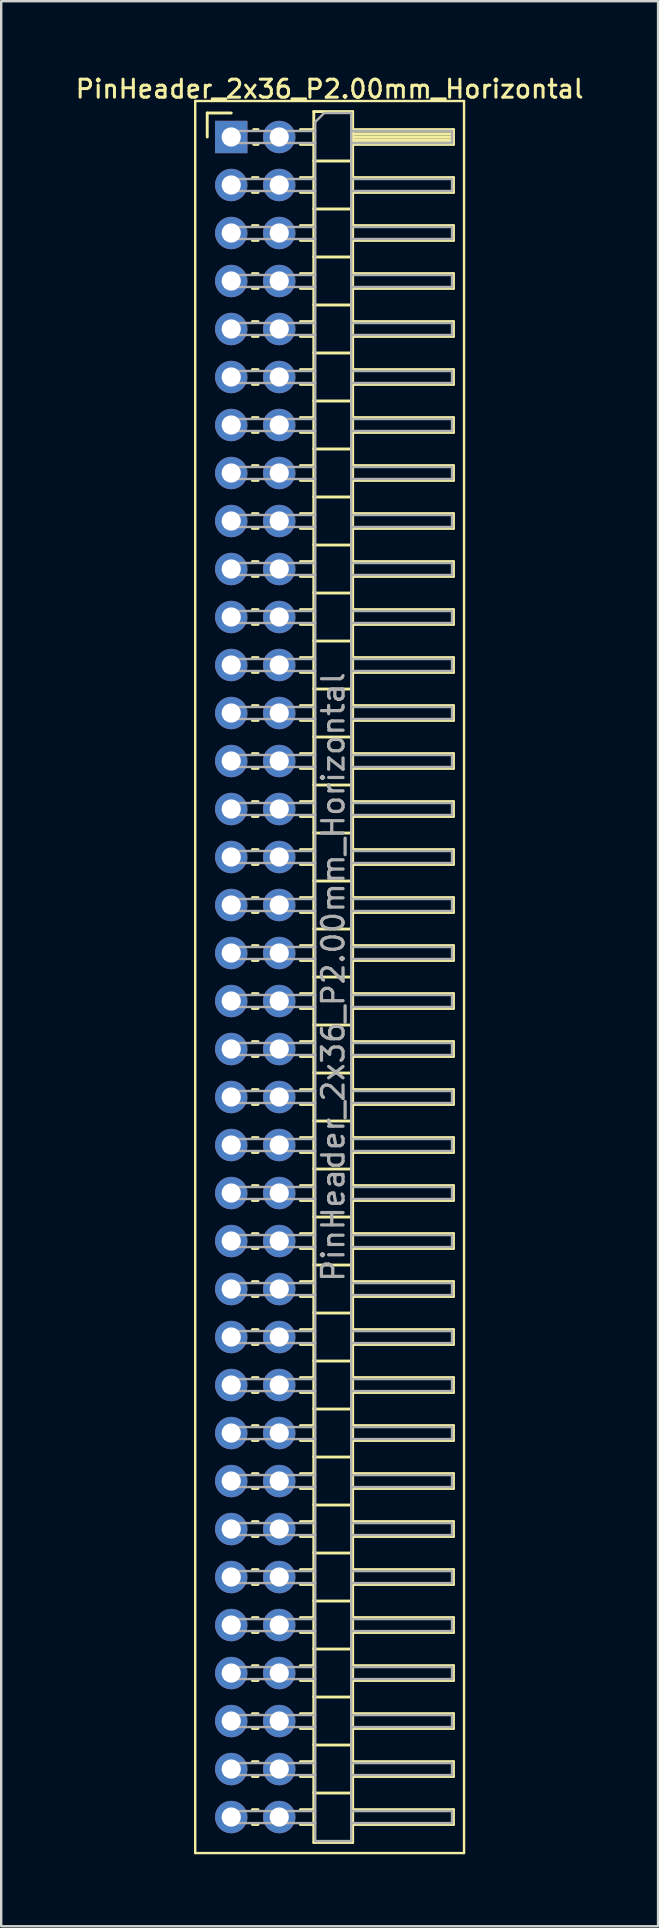
<source format=kicad_pcb>
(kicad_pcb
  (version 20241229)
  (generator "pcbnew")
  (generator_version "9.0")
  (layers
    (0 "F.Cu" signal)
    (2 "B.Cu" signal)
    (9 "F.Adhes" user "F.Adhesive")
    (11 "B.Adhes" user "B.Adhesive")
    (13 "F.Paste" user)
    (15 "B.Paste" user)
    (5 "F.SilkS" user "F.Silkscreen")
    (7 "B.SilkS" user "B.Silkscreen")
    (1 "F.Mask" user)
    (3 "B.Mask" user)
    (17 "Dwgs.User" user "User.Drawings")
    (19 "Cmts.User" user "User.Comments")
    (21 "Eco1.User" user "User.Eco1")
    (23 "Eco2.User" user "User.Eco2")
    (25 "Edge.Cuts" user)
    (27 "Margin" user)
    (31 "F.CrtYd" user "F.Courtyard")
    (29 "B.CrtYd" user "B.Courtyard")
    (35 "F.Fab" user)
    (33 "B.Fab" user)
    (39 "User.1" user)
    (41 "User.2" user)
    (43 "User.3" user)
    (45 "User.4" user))
  (footprint "PinHeader_2x36_P2.00mm_Horizontal"
    (layer "F.Cu")
    (at 6.584 2.658)
    (property "Reference" "PinHeader_2x36_P2.00mm_Horizontal" (at 4.1 -2 0) (layer "F.SilkS") (effects (font (size 0.75 0.75) (thickness 0.125))))
    (attr through_hole)
    (fp_line (start -1.5 -1.5) (end -1.5 71.5) (stroke (width 0.1) (type solid)) (layer "F.SilkS"))
    (fp_line (start -1.5 71.5) (end 9.7 71.5) (stroke (width 0.1) (type solid)) (layer "F.SilkS"))
    (fp_line (start -1 -1) (end 0 -1) (stroke (width 0.12) (type solid)) (layer "F.SilkS"))
    (fp_line (start -1 0) (end -1 -1) (stroke (width 0.12) (type solid)) (layer "F.SilkS"))
    (fp_line (start 0.882 1.69) (end 1.118 1.69) (stroke (width 0.12) (type solid)) (layer "F.SilkS"))
    (fp_line (start 0.882 2.31) (end 1.118 2.31) (stroke (width 0.12) (type solid)) (layer "F.SilkS"))
    (fp_line (start 0.882 3.69) (end 1.118 3.69) (stroke (width 0.12) (type solid)) (layer "F.SilkS"))
    (fp_line (start 0.882 4.31) (end 1.118 4.31) (stroke (width 0.12) (type solid)) (layer "F.SilkS"))
    (fp_line (start 0.882 5.69) (end 1.118 5.69) (stroke (width 0.12) (type solid)) (layer "F.SilkS"))
    (fp_line (start 0.882 6.31) (end 1.118 6.31) (stroke (width 0.12) (type solid)) (layer "F.SilkS"))
    (fp_line (start 0.882 7.69) (end 1.118 7.69) (stroke (width 0.12) (type solid)) (layer "F.SilkS"))
    (fp_line (start 0.882 8.31) (end 1.118 8.31) (stroke (width 0.12) (type solid)) (layer "F.SilkS"))
    (fp_line (start 0.882 9.69) (end 1.118 9.69) (stroke (width 0.12) (type solid)) (layer "F.SilkS"))
    (fp_line (start 0.882 10.31) (end 1.118 10.31) (stroke (width 0.12) (type solid)) (layer "F.SilkS"))
    (fp_line (start 0.882 11.69) (end 1.118 11.69) (stroke (width 0.12) (type solid)) (layer "F.SilkS"))
    (fp_line (start 0.882 12.31) (end 1.118 12.31) (stroke (width 0.12) (type solid)) (layer "F.SilkS"))
    (fp_line (start 0.882 13.69) (end 1.118 13.69) (stroke (width 0.12) (type solid)) (layer "F.SilkS"))
    (fp_line (start 0.882 14.31) (end 1.118 14.31) (stroke (width 0.12) (type solid)) (layer "F.SilkS"))
    (fp_line (start 0.882 15.69) (end 1.118 15.69) (stroke (width 0.12) (type solid)) (layer "F.SilkS"))
    (fp_line (start 0.882 16.31) (end 1.118 16.31) (stroke (width 0.12) (type solid)) (layer "F.SilkS"))
    (fp_line (start 0.882 17.69) (end 1.118 17.69) (stroke (width 0.12) (type solid)) (layer "F.SilkS"))
    (fp_line (start 0.882 18.31) (end 1.118 18.31) (stroke (width 0.12) (type solid)) (layer "F.SilkS"))
    (fp_line (start 0.882 19.69) (end 1.118 19.69) (stroke (width 0.12) (type solid)) (layer "F.SilkS"))
    (fp_line (start 0.882 20.31) (end 1.118 20.31) (stroke (width 0.12) (type solid)) (layer "F.SilkS"))
    (fp_line (start 0.882 21.69) (end 1.118 21.69) (stroke (width 0.12) (type solid)) (layer "F.SilkS"))
    (fp_line (start 0.882 22.31) (end 1.118 22.31) (stroke (width 0.12) (type solid)) (layer "F.SilkS"))
    (fp_line (start 0.882 23.69) (end 1.118 23.69) (stroke (width 0.12) (type solid)) (layer "F.SilkS"))
    (fp_line (start 0.882 24.31) (end 1.118 24.31) (stroke (width 0.12) (type solid)) (layer "F.SilkS"))
    (fp_line (start 0.882 25.69) (end 1.118 25.69) (stroke (width 0.12) (type solid)) (layer "F.SilkS"))
    (fp_line (start 0.882 26.31) (end 1.118 26.31) (stroke (width 0.12) (type solid)) (layer "F.SilkS"))
    (fp_line (start 0.882 27.69) (end 1.118 27.69) (stroke (width 0.12) (type solid)) (layer "F.SilkS"))
    (fp_line (start 0.882 28.31) (end 1.118 28.31) (stroke (width 0.12) (type solid)) (layer "F.SilkS"))
    (fp_line (start 0.882 29.69) (end 1.118 29.69) (stroke (width 0.12) (type solid)) (layer "F.SilkS"))
    (fp_line (start 0.882 30.31) (end 1.118 30.31) (stroke (width 0.12) (type solid)) (layer "F.SilkS"))
    (fp_line (start 0.882 31.69) (end 1.118 31.69) (stroke (width 0.12) (type solid)) (layer "F.SilkS"))
    (fp_line (start 0.882 32.31) (end 1.118 32.31) (stroke (width 0.12) (type solid)) (layer "F.SilkS"))
    (fp_line (start 0.882 33.69) (end 1.118 33.69) (stroke (width 0.12) (type solid)) (layer "F.SilkS"))
    (fp_line (start 0.882 34.31) (end 1.118 34.31) (stroke (width 0.12) (type solid)) (layer "F.SilkS"))
    (fp_line (start 0.882 35.69) (end 1.118 35.69) (stroke (width 0.12) (type solid)) (layer "F.SilkS"))
    (fp_line (start 0.882 36.31) (end 1.118 36.31) (stroke (width 0.12) (type solid)) (layer "F.SilkS"))
    (fp_line (start 0.882 37.69) (end 1.118 37.69) (stroke (width 0.12) (type solid)) (layer "F.SilkS"))
    (fp_line (start 0.882 38.31) (end 1.118 38.31) (stroke (width 0.12) (type solid)) (layer "F.SilkS"))
    (fp_line (start 0.882 39.69) (end 1.118 39.69) (stroke (width 0.12) (type solid)) (layer "F.SilkS"))
    (fp_line (start 0.882 40.31) (end 1.118 40.31) (stroke (width 0.12) (type solid)) (layer "F.SilkS"))
    (fp_line (start 0.882 41.69) (end 1.118 41.69) (stroke (width 0.12) (type solid)) (layer "F.SilkS"))
    (fp_line (start 0.882 42.31) (end 1.118 42.31) (stroke (width 0.12) (type solid)) (layer "F.SilkS"))
    (fp_line (start 0.882 43.69) (end 1.118 43.69) (stroke (width 0.12) (type solid)) (layer "F.SilkS"))
    (fp_line (start 0.882 44.31) (end 1.118 44.31) (stroke (width 0.12) (type solid)) (layer "F.SilkS"))
    (fp_line (start 0.882 45.69) (end 1.118 45.69) (stroke (width 0.12) (type solid)) (layer "F.SilkS"))
    (fp_line (start 0.882 46.31) (end 1.118 46.31) (stroke (width 0.12) (type solid)) (layer "F.SilkS"))
    (fp_line (start 0.882 47.69) (end 1.118 47.69) (stroke (width 0.12) (type solid)) (layer "F.SilkS"))
    (fp_line (start 0.882 48.31) (end 1.118 48.31) (stroke (width 0.12) (type solid)) (layer "F.SilkS"))
    (fp_line (start 0.882 49.69) (end 1.118 49.69) (stroke (width 0.12) (type solid)) (layer "F.SilkS"))
    (fp_line (start 0.882 50.31) (end 1.118 50.31) (stroke (width 0.12) (type solid)) (layer "F.SilkS"))
    (fp_line (start 0.882 51.69) (end 1.118 51.69) (stroke (width 0.12) (type solid)) (layer "F.SilkS"))
    (fp_line (start 0.882 52.31) (end 1.118 52.31) (stroke (width 0.12) (type solid)) (layer "F.SilkS"))
    (fp_line (start 0.882 53.69) (end 1.118 53.69) (stroke (width 0.12) (type solid)) (layer "F.SilkS"))
    (fp_line (start 0.882 54.31) (end 1.118 54.31) (stroke (width 0.12) (type solid)) (layer "F.SilkS"))
    (fp_line (start 0.882 55.69) (end 1.118 55.69) (stroke (width 0.12) (type solid)) (layer "F.SilkS"))
    (fp_line (start 0.882 56.31) (end 1.118 56.31) (stroke (width 0.12) (type solid)) (layer "F.SilkS"))
    (fp_line (start 0.882 57.69) (end 1.118 57.69) (stroke (width 0.12) (type solid)) (layer "F.SilkS"))
    (fp_line (start 0.882 58.31) (end 1.118 58.31) (stroke (width 0.12) (type solid)) (layer "F.SilkS"))
    (fp_line (start 0.882 59.69) (end 1.118 59.69) (stroke (width 0.12) (type solid)) (layer "F.SilkS"))
    (fp_line (start 0.882 60.31) (end 1.118 60.31) (stroke (width 0.12) (type solid)) (layer "F.SilkS"))
    (fp_line (start 0.882 61.69) (end 1.118 61.69) (stroke (width 0.12) (type solid)) (layer "F.SilkS"))
    (fp_line (start 0.882 62.31) (end 1.118 62.31) (stroke (width 0.12) (type solid)) (layer "F.SilkS"))
    (fp_line (start 0.882 63.69) (end 1.118 63.69) (stroke (width 0.12) (type solid)) (layer "F.SilkS"))
    (fp_line (start 0.882 64.31) (end 1.118 64.31) (stroke (width 0.12) (type solid)) (layer "F.SilkS"))
    (fp_line (start 0.882 65.69) (end 1.118 65.69) (stroke (width 0.12) (type solid)) (layer "F.SilkS"))
    (fp_line (start 0.882 66.31) (end 1.118 66.31) (stroke (width 0.12) (type solid)) (layer "F.SilkS"))
    (fp_line (start 0.882 67.69) (end 1.118 67.69) (stroke (width 0.12) (type solid)) (layer "F.SilkS"))
    (fp_line (start 0.882 68.31) (end 1.118 68.31) (stroke (width 0.12) (type solid)) (layer "F.SilkS"))
    (fp_line (start 0.882 69.69) (end 1.118 69.69) (stroke (width 0.12) (type solid)) (layer "F.SilkS"))
    (fp_line (start 0.882 70.31) (end 1.118 70.31) (stroke (width 0.12) (type solid)) (layer "F.SilkS"))
    (fp_line (start 0.935 -0.31) (end 1.118 -0.31) (stroke (width 0.12) (type solid)) (layer "F.SilkS"))
    (fp_line (start 0.935 0.31) (end 1.118 0.31) (stroke (width 0.12) (type solid)) (layer "F.SilkS"))
    (fp_line (start 2.882 -0.31) (end 3.44 -0.31) (stroke (width 0.12) (type solid)) (layer "F.SilkS"))
    (fp_line (start 2.882 0.31) (end 3.44 0.31) (stroke (width 0.12) (type solid)) (layer "F.SilkS"))
    (fp_line (start 2.882 1.69) (end 3.44 1.69) (stroke (width 0.12) (type solid)) (layer "F.SilkS"))
    (fp_line (start 2.882 2.31) (end 3.44 2.31) (stroke (width 0.12) (type solid)) (layer "F.SilkS"))
    (fp_line (start 2.882 3.69) (end 3.44 3.69) (stroke (width 0.12) (type solid)) (layer "F.SilkS"))
    (fp_line (start 2.882 4.31) (end 3.44 4.31) (stroke (width 0.12) (type solid)) (layer "F.SilkS"))
    (fp_line (start 2.882 5.69) (end 3.44 5.69) (stroke (width 0.12) (type solid)) (layer "F.SilkS"))
    (fp_line (start 2.882 6.31) (end 3.44 6.31) (stroke (width 0.12) (type solid)) (layer "F.SilkS"))
    (fp_line (start 2.882 7.69) (end 3.44 7.69) (stroke (width 0.12) (type solid)) (layer "F.SilkS"))
    (fp_line (start 2.882 8.31) (end 3.44 8.31) (stroke (width 0.12) (type solid)) (layer "F.SilkS"))
    (fp_line (start 2.882 9.69) (end 3.44 9.69) (stroke (width 0.12) (type solid)) (layer "F.SilkS"))
    (fp_line (start 2.882 10.31) (end 3.44 10.31) (stroke (width 0.12) (type solid)) (layer "F.SilkS"))
    (fp_line (start 2.882 11.69) (end 3.44 11.69) (stroke (width 0.12) (type solid)) (layer "F.SilkS"))
    (fp_line (start 2.882 12.31) (end 3.44 12.31) (stroke (width 0.12) (type solid)) (layer "F.SilkS"))
    (fp_line (start 2.882 13.69) (end 3.44 13.69) (stroke (width 0.12) (type solid)) (layer "F.SilkS"))
    (fp_line (start 2.882 14.31) (end 3.44 14.31) (stroke (width 0.12) (type solid)) (layer "F.SilkS"))
    (fp_line (start 2.882 15.69) (end 3.44 15.69) (stroke (width 0.12) (type solid)) (layer "F.SilkS"))
    (fp_line (start 2.882 16.31) (end 3.44 16.31) (stroke (width 0.12) (type solid)) (layer "F.SilkS"))
    (fp_line (start 2.882 17.69) (end 3.44 17.69) (stroke (width 0.12) (type solid)) (layer "F.SilkS"))
    (fp_line (start 2.882 18.31) (end 3.44 18.31) (stroke (width 0.12) (type solid)) (layer "F.SilkS"))
    (fp_line (start 2.882 19.69) (end 3.44 19.69) (stroke (width 0.12) (type solid)) (layer "F.SilkS"))
    (fp_line (start 2.882 20.31) (end 3.44 20.31) (stroke (width 0.12) (type solid)) (layer "F.SilkS"))
    (fp_line (start 2.882 21.69) (end 3.44 21.69) (stroke (width 0.12) (type solid)) (layer "F.SilkS"))
    (fp_line (start 2.882 22.31) (end 3.44 22.31) (stroke (width 0.12) (type solid)) (layer "F.SilkS"))
    (fp_line (start 2.882 23.69) (end 3.44 23.69) (stroke (width 0.12) (type solid)) (layer "F.SilkS"))
    (fp_line (start 2.882 24.31) (end 3.44 24.31) (stroke (width 0.12) (type solid)) (layer "F.SilkS"))
    (fp_line (start 2.882 25.69) (end 3.44 25.69) (stroke (width 0.12) (type solid)) (layer "F.SilkS"))
    (fp_line (start 2.882 26.31) (end 3.44 26.31) (stroke (width 0.12) (type solid)) (layer "F.SilkS"))
    (fp_line (start 2.882 27.69) (end 3.44 27.69) (stroke (width 0.12) (type solid)) (layer "F.SilkS"))
    (fp_line (start 2.882 28.31) (end 3.44 28.31) (stroke (width 0.12) (type solid)) (layer "F.SilkS"))
    (fp_line (start 2.882 29.69) (end 3.44 29.69) (stroke (width 0.12) (type solid)) (layer "F.SilkS"))
    (fp_line (start 2.882 30.31) (end 3.44 30.31) (stroke (width 0.12) (type solid)) (layer "F.SilkS"))
    (fp_line (start 2.882 31.69) (end 3.44 31.69) (stroke (width 0.12) (type solid)) (layer "F.SilkS"))
    (fp_line (start 2.882 32.31) (end 3.44 32.31) (stroke (width 0.12) (type solid)) (layer "F.SilkS"))
    (fp_line (start 2.882 33.69) (end 3.44 33.69) (stroke (width 0.12) (type solid)) (layer "F.SilkS"))
    (fp_line (start 2.882 34.31) (end 3.44 34.31) (stroke (width 0.12) (type solid)) (layer "F.SilkS"))
    (fp_line (start 2.882 35.69) (end 3.44 35.69) (stroke (width 0.12) (type solid)) (layer "F.SilkS"))
    (fp_line (start 2.882 36.31) (end 3.44 36.31) (stroke (width 0.12) (type solid)) (layer "F.SilkS"))
    (fp_line (start 2.882 37.69) (end 3.44 37.69) (stroke (width 0.12) (type solid)) (layer "F.SilkS"))
    (fp_line (start 2.882 38.31) (end 3.44 38.31) (stroke (width 0.12) (type solid)) (layer "F.SilkS"))
    (fp_line (start 2.882 39.69) (end 3.44 39.69) (stroke (width 0.12) (type solid)) (layer "F.SilkS"))
    (fp_line (start 2.882 40.31) (end 3.44 40.31) (stroke (width 0.12) (type solid)) (layer "F.SilkS"))
    (fp_line (start 2.882 41.69) (end 3.44 41.69) (stroke (width 0.12) (type solid)) (layer "F.SilkS"))
    (fp_line (start 2.882 42.31) (end 3.44 42.31) (stroke (width 0.12) (type solid)) (layer "F.SilkS"))
    (fp_line (start 2.882 43.69) (end 3.44 43.69) (stroke (width 0.12) (type solid)) (layer "F.SilkS"))
    (fp_line (start 2.882 44.31) (end 3.44 44.31) (stroke (width 0.12) (type solid)) (layer "F.SilkS"))
    (fp_line (start 2.882 45.69) (end 3.44 45.69) (stroke (width 0.12) (type solid)) (layer "F.SilkS"))
    (fp_line (start 2.882 46.31) (end 3.44 46.31) (stroke (width 0.12) (type solid)) (layer "F.SilkS"))
    (fp_line (start 2.882 47.69) (end 3.44 47.69) (stroke (width 0.12) (type solid)) (layer "F.SilkS"))
    (fp_line (start 2.882 48.31) (end 3.44 48.31) (stroke (width 0.12) (type solid)) (layer "F.SilkS"))
    (fp_line (start 2.882 49.69) (end 3.44 49.69) (stroke (width 0.12) (type solid)) (layer "F.SilkS"))
    (fp_line (start 2.882 50.31) (end 3.44 50.31) (stroke (width 0.12) (type solid)) (layer "F.SilkS"))
    (fp_line (start 2.882 51.69) (end 3.44 51.69) (stroke (width 0.12) (type solid)) (layer "F.SilkS"))
    (fp_line (start 2.882 52.31) (end 3.44 52.31) (stroke (width 0.12) (type solid)) (layer "F.SilkS"))
    (fp_line (start 2.882 53.69) (end 3.44 53.69) (stroke (width 0.12) (type solid)) (layer "F.SilkS"))
    (fp_line (start 2.882 54.31) (end 3.44 54.31) (stroke (width 0.12) (type solid)) (layer "F.SilkS"))
    (fp_line (start 2.882 55.69) (end 3.44 55.69) (stroke (width 0.12) (type solid)) (layer "F.SilkS"))
    (fp_line (start 2.882 56.31) (end 3.44 56.31) (stroke (width 0.12) (type solid)) (layer "F.SilkS"))
    (fp_line (start 2.882 57.69) (end 3.44 57.69) (stroke (width 0.12) (type solid)) (layer "F.SilkS"))
    (fp_line (start 2.882 58.31) (end 3.44 58.31) (stroke (width 0.12) (type solid)) (layer "F.SilkS"))
    (fp_line (start 2.882 59.69) (end 3.44 59.69) (stroke (width 0.12) (type solid)) (layer "F.SilkS"))
    (fp_line (start 2.882 60.31) (end 3.44 60.31) (stroke (width 0.12) (type solid)) (layer "F.SilkS"))
    (fp_line (start 2.882 61.69) (end 3.44 61.69) (stroke (width 0.12) (type solid)) (layer "F.SilkS"))
    (fp_line (start 2.882 62.31) (end 3.44 62.31) (stroke (width 0.12) (type solid)) (layer "F.SilkS"))
    (fp_line (start 2.882 63.69) (end 3.44 63.69) (stroke (width 0.12) (type solid)) (layer "F.SilkS"))
    (fp_line (start 2.882 64.31) (end 3.44 64.31) (stroke (width 0.12) (type solid)) (layer "F.SilkS"))
    (fp_line (start 2.882 65.69) (end 3.44 65.69) (stroke (width 0.12) (type solid)) (layer "F.SilkS"))
    (fp_line (start 2.882 66.31) (end 3.44 66.31) (stroke (width 0.12) (type solid)) (layer "F.SilkS"))
    (fp_line (start 2.882 67.69) (end 3.44 67.69) (stroke (width 0.12) (type solid)) (layer "F.SilkS"))
    (fp_line (start 2.882 68.31) (end 3.44 68.31) (stroke (width 0.12) (type solid)) (layer "F.SilkS"))
    (fp_line (start 2.882 69.69) (end 3.44 69.69) (stroke (width 0.12) (type solid)) (layer "F.SilkS"))
    (fp_line (start 2.882 70.31) (end 3.44 70.31) (stroke (width 0.12) (type solid)) (layer "F.SilkS"))
    (fp_line (start 3.44 -1.06) (end 3.44 71.06) (stroke (width 0.12) (type solid)) (layer "F.SilkS"))
    (fp_line (start 3.44 1) (end 5.06 1) (stroke (width 0.12) (type solid)) (layer "F.SilkS"))
    (fp_line (start 3.44 3) (end 5.06 3) (stroke (width 0.12) (type solid)) (layer "F.SilkS"))
    (fp_line (start 3.44 5) (end 5.06 5) (stroke (width 0.12) (type solid)) (layer "F.SilkS"))
    (fp_line (start 3.44 7) (end 5.06 7) (stroke (width 0.12) (type solid)) (layer "F.SilkS"))
    (fp_line (start 3.44 9) (end 5.06 9) (stroke (width 0.12) (type solid)) (layer "F.SilkS"))
    (fp_line (start 3.44 11) (end 5.06 11) (stroke (width 0.12) (type solid)) (layer "F.SilkS"))
    (fp_line (start 3.44 13) (end 5.06 13) (stroke (width 0.12) (type solid)) (layer "F.SilkS"))
    (fp_line (start 3.44 15) (end 5.06 15) (stroke (width 0.12) (type solid)) (layer "F.SilkS"))
    (fp_line (start 3.44 17) (end 5.06 17) (stroke (width 0.12) (type solid)) (layer "F.SilkS"))
    (fp_line (start 3.44 19) (end 5.06 19) (stroke (width 0.12) (type solid)) (layer "F.SilkS"))
    (fp_line (start 3.44 21) (end 5.06 21) (stroke (width 0.12) (type solid)) (layer "F.SilkS"))
    (fp_line (start 3.44 23) (end 5.06 23) (stroke (width 0.12) (type solid)) (layer "F.SilkS"))
    (fp_line (start 3.44 25) (end 5.06 25) (stroke (width 0.12) (type solid)) (layer "F.SilkS"))
    (fp_line (start 3.44 27) (end 5.06 27) (stroke (width 0.12) (type solid)) (layer "F.SilkS"))
    (fp_line (start 3.44 29) (end 5.06 29) (stroke (width 0.12) (type solid)) (layer "F.SilkS"))
    (fp_line (start 3.44 31) (end 5.06 31) (stroke (width 0.12) (type solid)) (layer "F.SilkS"))
    (fp_line (start 3.44 33) (end 5.06 33) (stroke (width 0.12) (type solid)) (layer "F.SilkS"))
    (fp_line (start 3.44 35) (end 5.06 35) (stroke (width 0.12) (type solid)) (layer "F.SilkS"))
    (fp_line (start 3.44 37) (end 5.06 37) (stroke (width 0.12) (type solid)) (layer "F.SilkS"))
    (fp_line (start 3.44 39) (end 5.06 39) (stroke (width 0.12) (type solid)) (layer "F.SilkS"))
    (fp_line (start 3.44 41) (end 5.06 41) (stroke (width 0.12) (type solid)) (layer "F.SilkS"))
    (fp_line (start 3.44 43) (end 5.06 43) (stroke (width 0.12) (type solid)) (layer "F.SilkS"))
    (fp_line (start 3.44 45) (end 5.06 45) (stroke (width 0.12) (type solid)) (layer "F.SilkS"))
    (fp_line (start 3.44 47) (end 5.06 47) (stroke (width 0.12) (type solid)) (layer "F.SilkS"))
    (fp_line (start 3.44 49) (end 5.06 49) (stroke (width 0.12) (type solid)) (layer "F.SilkS"))
    (fp_line (start 3.44 51) (end 5.06 51) (stroke (width 0.12) (type solid)) (layer "F.SilkS"))
    (fp_line (start 3.44 53) (end 5.06 53) (stroke (width 0.12) (type solid)) (layer "F.SilkS"))
    (fp_line (start 3.44 55) (end 5.06 55) (stroke (width 0.12) (type solid)) (layer "F.SilkS"))
    (fp_line (start 3.44 57) (end 5.06 57) (stroke (width 0.12) (type solid)) (layer "F.SilkS"))
    (fp_line (start 3.44 59) (end 5.06 59) (stroke (width 0.12) (type solid)) (layer "F.SilkS"))
    (fp_line (start 3.44 61) (end 5.06 61) (stroke (width 0.12) (type solid)) (layer "F.SilkS"))
    (fp_line (start 3.44 63) (end 5.06 63) (stroke (width 0.12) (type solid)) (layer "F.SilkS"))
    (fp_line (start 3.44 65) (end 5.06 65) (stroke (width 0.12) (type solid)) (layer "F.SilkS"))
    (fp_line (start 3.44 67) (end 5.06 67) (stroke (width 0.12) (type solid)) (layer "F.SilkS"))
    (fp_line (start 3.44 69) (end 5.06 69) (stroke (width 0.12) (type solid)) (layer "F.SilkS"))
    (fp_line (start 3.44 71.06) (end 5.06 71.06) (stroke (width 0.12) (type solid)) (layer "F.SilkS"))
    (fp_line (start 5.06 -1.06) (end 3.44 -1.06) (stroke (width 0.12) (type solid)) (layer "F.SilkS"))
    (fp_line (start 5.06 -0.31) (end 9.26 -0.31) (stroke (width 0.12) (type solid)) (layer "F.SilkS"))
    (fp_line (start 5.06 -0.25) (end 9.26 -0.25) (stroke (width 0.12) (type solid)) (layer "F.SilkS"))
    (fp_line (start 5.06 -0.13) (end 9.26 -0.13) (stroke (width 0.12) (type solid)) (layer "F.SilkS"))
    (fp_line (start 5.06 -0.01) (end 9.26 -0.01) (stroke (width 0.12) (type solid)) (layer "F.SilkS"))
    (fp_line (start 5.06 0.11) (end 9.26 0.11) (stroke (width 0.12) (type solid)) (layer "F.SilkS"))
    (fp_line (start 5.06 0.23) (end 9.26 0.23) (stroke (width 0.12) (type solid)) (layer "F.SilkS"))
    (fp_line (start 5.06 1.69) (end 9.26 1.69) (stroke (width 0.12) (type solid)) (layer "F.SilkS"))
    (fp_line (start 5.06 3.69) (end 9.26 3.69) (stroke (width 0.12) (type solid)) (layer "F.SilkS"))
    (fp_line (start 5.06 5.69) (end 9.26 5.69) (stroke (width 0.12) (type solid)) (layer "F.SilkS"))
    (fp_line (start 5.06 7.69) (end 9.26 7.69) (stroke (width 0.12) (type solid)) (layer "F.SilkS"))
    (fp_line (start 5.06 9.69) (end 9.26 9.69) (stroke (width 0.12) (type solid)) (layer "F.SilkS"))
    (fp_line (start 5.06 11.69) (end 9.26 11.69) (stroke (width 0.12) (type solid)) (layer "F.SilkS"))
    (fp_line (start 5.06 13.69) (end 9.26 13.69) (stroke (width 0.12) (type solid)) (layer "F.SilkS"))
    (fp_line (start 5.06 15.69) (end 9.26 15.69) (stroke (width 0.12) (type solid)) (layer "F.SilkS"))
    (fp_line (start 5.06 17.69) (end 9.26 17.69) (stroke (width 0.12) (type solid)) (layer "F.SilkS"))
    (fp_line (start 5.06 19.69) (end 9.26 19.69) (stroke (width 0.12) (type solid)) (layer "F.SilkS"))
    (fp_line (start 5.06 21.69) (end 9.26 21.69) (stroke (width 0.12) (type solid)) (layer "F.SilkS"))
    (fp_line (start 5.06 23.69) (end 9.26 23.69) (stroke (width 0.12) (type solid)) (layer "F.SilkS"))
    (fp_line (start 5.06 25.69) (end 9.26 25.69) (stroke (width 0.12) (type solid)) (layer "F.SilkS"))
    (fp_line (start 5.06 27.69) (end 9.26 27.69) (stroke (width 0.12) (type solid)) (layer "F.SilkS"))
    (fp_line (start 5.06 29.69) (end 9.26 29.69) (stroke (width 0.12) (type solid)) (layer "F.SilkS"))
    (fp_line (start 5.06 31.69) (end 9.26 31.69) (stroke (width 0.12) (type solid)) (layer "F.SilkS"))
    (fp_line (start 5.06 33.69) (end 9.26 33.69) (stroke (width 0.12) (type solid)) (layer "F.SilkS"))
    (fp_line (start 5.06 35.69) (end 9.26 35.69) (stroke (width 0.12) (type solid)) (layer "F.SilkS"))
    (fp_line (start 5.06 37.69) (end 9.26 37.69) (stroke (width 0.12) (type solid)) (layer "F.SilkS"))
    (fp_line (start 5.06 39.69) (end 9.26 39.69) (stroke (width 0.12) (type solid)) (layer "F.SilkS"))
    (fp_line (start 5.06 41.69) (end 9.26 41.69) (stroke (width 0.12) (type solid)) (layer "F.SilkS"))
    (fp_line (start 5.06 43.69) (end 9.26 43.69) (stroke (width 0.12) (type solid)) (layer "F.SilkS"))
    (fp_line (start 5.06 45.69) (end 9.26 45.69) (stroke (width 0.12) (type solid)) (layer "F.SilkS"))
    (fp_line (start 5.06 47.69) (end 9.26 47.69) (stroke (width 0.12) (type solid)) (layer "F.SilkS"))
    (fp_line (start 5.06 49.69) (end 9.26 49.69) (stroke (width 0.12) (type solid)) (layer "F.SilkS"))
    (fp_line (start 5.06 51.69) (end 9.26 51.69) (stroke (width 0.12) (type solid)) (layer "F.SilkS"))
    (fp_line (start 5.06 53.69) (end 9.26 53.69) (stroke (width 0.12) (type solid)) (layer "F.SilkS"))
    (fp_line (start 5.06 55.69) (end 9.26 55.69) (stroke (width 0.12) (type solid)) (layer "F.SilkS"))
    (fp_line (start 5.06 57.69) (end 9.26 57.69) (stroke (width 0.12) (type solid)) (layer "F.SilkS"))
    (fp_line (start 5.06 59.69) (end 9.26 59.69) (stroke (width 0.12) (type solid)) (layer "F.SilkS"))
    (fp_line (start 5.06 61.69) (end 9.26 61.69) (stroke (width 0.12) (type solid)) (layer "F.SilkS"))
    (fp_line (start 5.06 63.69) (end 9.26 63.69) (stroke (width 0.12) (type solid)) (layer "F.SilkS"))
    (fp_line (start 5.06 65.69) (end 9.26 65.69) (stroke (width 0.12) (type solid)) (layer "F.SilkS"))
    (fp_line (start 5.06 67.69) (end 9.26 67.69) (stroke (width 0.12) (type solid)) (layer "F.SilkS"))
    (fp_line (start 5.06 69.69) (end 9.26 69.69) (stroke (width 0.12) (type solid)) (layer "F.SilkS"))
    (fp_line (start 5.06 71.06) (end 5.06 -1.06) (stroke (width 0.12) (type solid)) (layer "F.SilkS"))
    (fp_line (start 9.26 -0.31) (end 9.26 0.31) (stroke (width 0.12) (type solid)) (layer "F.SilkS"))
    (fp_line (start 9.26 0.31) (end 5.06 0.31) (stroke (width 0.12) (type solid)) (layer "F.SilkS"))
    (fp_line (start 9.26 1.69) (end 9.26 2.31) (stroke (width 0.12) (type solid)) (layer "F.SilkS"))
    (fp_line (start 9.26 2.31) (end 5.06 2.31) (stroke (width 0.12) (type solid)) (layer "F.SilkS"))
    (fp_line (start 9.26 3.69) (end 9.26 4.31) (stroke (width 0.12) (type solid)) (layer "F.SilkS"))
    (fp_line (start 9.26 4.31) (end 5.06 4.31) (stroke (width 0.12) (type solid)) (layer "F.SilkS"))
    (fp_line (start 9.26 5.69) (end 9.26 6.31) (stroke (width 0.12) (type solid)) (layer "F.SilkS"))
    (fp_line (start 9.26 6.31) (end 5.06 6.31) (stroke (width 0.12) (type solid)) (layer "F.SilkS"))
    (fp_line (start 9.26 7.69) (end 9.26 8.31) (stroke (width 0.12) (type solid)) (layer "F.SilkS"))
    (fp_line (start 9.26 8.31) (end 5.06 8.31) (stroke (width 0.12) (type solid)) (layer "F.SilkS"))
    (fp_line (start 9.26 9.69) (end 9.26 10.31) (stroke (width 0.12) (type solid)) (layer "F.SilkS"))
    (fp_line (start 9.26 10.31) (end 5.06 10.31) (stroke (width 0.12) (type solid)) (layer "F.SilkS"))
    (fp_line (start 9.26 11.69) (end 9.26 12.31) (stroke (width 0.12) (type solid)) (layer "F.SilkS"))
    (fp_line (start 9.26 12.31) (end 5.06 12.31) (stroke (width 0.12) (type solid)) (layer "F.SilkS"))
    (fp_line (start 9.26 13.69) (end 9.26 14.31) (stroke (width 0.12) (type solid)) (layer "F.SilkS"))
    (fp_line (start 9.26 14.31) (end 5.06 14.31) (stroke (width 0.12) (type solid)) (layer "F.SilkS"))
    (fp_line (start 9.26 15.69) (end 9.26 16.31) (stroke (width 0.12) (type solid)) (layer "F.SilkS"))
    (fp_line (start 9.26 16.31) (end 5.06 16.31) (stroke (width 0.12) (type solid)) (layer "F.SilkS"))
    (fp_line (start 9.26 17.69) (end 9.26 18.31) (stroke (width 0.12) (type solid)) (layer "F.SilkS"))
    (fp_line (start 9.26 18.31) (end 5.06 18.31) (stroke (width 0.12) (type solid)) (layer "F.SilkS"))
    (fp_line (start 9.26 19.69) (end 9.26 20.31) (stroke (width 0.12) (type solid)) (layer "F.SilkS"))
    (fp_line (start 9.26 20.31) (end 5.06 20.31) (stroke (width 0.12) (type solid)) (layer "F.SilkS"))
    (fp_line (start 9.26 21.69) (end 9.26 22.31) (stroke (width 0.12) (type solid)) (layer "F.SilkS"))
    (fp_line (start 9.26 22.31) (end 5.06 22.31) (stroke (width 0.12) (type solid)) (layer "F.SilkS"))
    (fp_line (start 9.26 23.69) (end 9.26 24.31) (stroke (width 0.12) (type solid)) (layer "F.SilkS"))
    (fp_line (start 9.26 24.31) (end 5.06 24.31) (stroke (width 0.12) (type solid)) (layer "F.SilkS"))
    (fp_line (start 9.26 25.69) (end 9.26 26.31) (stroke (width 0.12) (type solid)) (layer "F.SilkS"))
    (fp_line (start 9.26 26.31) (end 5.06 26.31) (stroke (width 0.12) (type solid)) (layer "F.SilkS"))
    (fp_line (start 9.26 27.69) (end 9.26 28.31) (stroke (width 0.12) (type solid)) (layer "F.SilkS"))
    (fp_line (start 9.26 28.31) (end 5.06 28.31) (stroke (width 0.12) (type solid)) (layer "F.SilkS"))
    (fp_line (start 9.26 29.69) (end 9.26 30.31) (stroke (width 0.12) (type solid)) (layer "F.SilkS"))
    (fp_line (start 9.26 30.31) (end 5.06 30.31) (stroke (width 0.12) (type solid)) (layer "F.SilkS"))
    (fp_line (start 9.26 31.69) (end 9.26 32.31) (stroke (width 0.12) (type solid)) (layer "F.SilkS"))
    (fp_line (start 9.26 32.31) (end 5.06 32.31) (stroke (width 0.12) (type solid)) (layer "F.SilkS"))
    (fp_line (start 9.26 33.69) (end 9.26 34.31) (stroke (width 0.12) (type solid)) (layer "F.SilkS"))
    (fp_line (start 9.26 34.31) (end 5.06 34.31) (stroke (width 0.12) (type solid)) (layer "F.SilkS"))
    (fp_line (start 9.26 35.69) (end 9.26 36.31) (stroke (width 0.12) (type solid)) (layer "F.SilkS"))
    (fp_line (start 9.26 36.31) (end 5.06 36.31) (stroke (width 0.12) (type solid)) (layer "F.SilkS"))
    (fp_line (start 9.26 37.69) (end 9.26 38.31) (stroke (width 0.12) (type solid)) (layer "F.SilkS"))
    (fp_line (start 9.26 38.31) (end 5.06 38.31) (stroke (width 0.12) (type solid)) (layer "F.SilkS"))
    (fp_line (start 9.26 39.69) (end 9.26 40.31) (stroke (width 0.12) (type solid)) (layer "F.SilkS"))
    (fp_line (start 9.26 40.31) (end 5.06 40.31) (stroke (width 0.12) (type solid)) (layer "F.SilkS"))
    (fp_line (start 9.26 41.69) (end 9.26 42.31) (stroke (width 0.12) (type solid)) (layer "F.SilkS"))
    (fp_line (start 9.26 42.31) (end 5.06 42.31) (stroke (width 0.12) (type solid)) (layer "F.SilkS"))
    (fp_line (start 9.26 43.69) (end 9.26 44.31) (stroke (width 0.12) (type solid)) (layer "F.SilkS"))
    (fp_line (start 9.26 44.31) (end 5.06 44.31) (stroke (width 0.12) (type solid)) (layer "F.SilkS"))
    (fp_line (start 9.26 45.69) (end 9.26 46.31) (stroke (width 0.12) (type solid)) (layer "F.SilkS"))
    (fp_line (start 9.26 46.31) (end 5.06 46.31) (stroke (width 0.12) (type solid)) (layer "F.SilkS"))
    (fp_line (start 9.26 47.69) (end 9.26 48.31) (stroke (width 0.12) (type solid)) (layer "F.SilkS"))
    (fp_line (start 9.26 48.31) (end 5.06 48.31) (stroke (width 0.12) (type solid)) (layer "F.SilkS"))
    (fp_line (start 9.26 49.69) (end 9.26 50.31) (stroke (width 0.12) (type solid)) (layer "F.SilkS"))
    (fp_line (start 9.26 50.31) (end 5.06 50.31) (stroke (width 0.12) (type solid)) (layer "F.SilkS"))
    (fp_line (start 9.26 51.69) (end 9.26 52.31) (stroke (width 0.12) (type solid)) (layer "F.SilkS"))
    (fp_line (start 9.26 52.31) (end 5.06 52.31) (stroke (width 0.12) (type solid)) (layer "F.SilkS"))
    (fp_line (start 9.26 53.69) (end 9.26 54.31) (stroke (width 0.12) (type solid)) (layer "F.SilkS"))
    (fp_line (start 9.26 54.31) (end 5.06 54.31) (stroke (width 0.12) (type solid)) (layer "F.SilkS"))
    (fp_line (start 9.26 55.69) (end 9.26 56.31) (stroke (width 0.12) (type solid)) (layer "F.SilkS"))
    (fp_line (start 9.26 56.31) (end 5.06 56.31) (stroke (width 0.12) (type solid)) (layer "F.SilkS"))
    (fp_line (start 9.26 57.69) (end 9.26 58.31) (stroke (width 0.12) (type solid)) (layer "F.SilkS"))
    (fp_line (start 9.26 58.31) (end 5.06 58.31) (stroke (width 0.12) (type solid)) (layer "F.SilkS"))
    (fp_line (start 9.26 59.69) (end 9.26 60.31) (stroke (width 0.12) (type solid)) (layer "F.SilkS"))
    (fp_line (start 9.26 60.31) (end 5.06 60.31) (stroke (width 0.12) (type solid)) (layer "F.SilkS"))
    (fp_line (start 9.26 61.69) (end 9.26 62.31) (stroke (width 0.12) (type solid)) (layer "F.SilkS"))
    (fp_line (start 9.26 62.31) (end 5.06 62.31) (stroke (width 0.12) (type solid)) (layer "F.SilkS"))
    (fp_line (start 9.26 63.69) (end 9.26 64.31) (stroke (width 0.12) (type solid)) (layer "F.SilkS"))
    (fp_line (start 9.26 64.31) (end 5.06 64.31) (stroke (width 0.12) (type solid)) (layer "F.SilkS"))
    (fp_line (start 9.26 65.69) (end 9.26 66.31) (stroke (width 0.12) (type solid)) (layer "F.SilkS"))
    (fp_line (start 9.26 66.31) (end 5.06 66.31) (stroke (width 0.12) (type solid)) (layer "F.SilkS"))
    (fp_line (start 9.26 67.69) (end 9.26 68.31) (stroke (width 0.12) (type solid)) (layer "F.SilkS"))
    (fp_line (start 9.26 68.31) (end 5.06 68.31) (stroke (width 0.12) (type solid)) (layer "F.SilkS"))
    (fp_line (start 9.26 69.69) (end 9.26 70.31) (stroke (width 0.12) (type solid)) (layer "F.SilkS"))
    (fp_line (start 9.26 70.31) (end 5.06 70.31) (stroke (width 0.12) (type solid)) (layer "F.SilkS"))
    (fp_line (start 9.7 -1.5) (end -1.5 -1.5) (stroke (width 0.1) (type solid)) (layer "F.SilkS"))
    (fp_line (start 9.7 71.5) (end 9.7 -1.5) (stroke (width 0.1) (type solid)) (layer "F.SilkS"))
    (fp_line (start -0.25 -0.25) (end -0.25 0.25) (stroke (width 0.1) (type solid)) (layer "F.Fab"))
    (fp_line (start -0.25 -0.25) (end 3.5 -0.25) (stroke (width 0.1) (type solid)) (layer "F.Fab"))
    (fp_line (start -0.25 0.25) (end 3.5 0.25) (stroke (width 0.1) (type solid)) (layer "F.Fab"))
    (fp_line (start -0.25 1.75) (end -0.25 2.25) (stroke (width 0.1) (type solid)) (layer "F.Fab"))
    (fp_line (start -0.25 1.75) (end 3.5 1.75) (stroke (width 0.1) (type solid)) (layer "F.Fab"))
    (fp_line (start -0.25 2.25) (end 3.5 2.25) (stroke (width 0.1) (type solid)) (layer "F.Fab"))
    (fp_line (start -0.25 3.75) (end -0.25 4.25) (stroke (width 0.1) (type solid)) (layer "F.Fab"))
    (fp_line (start -0.25 3.75) (end 3.5 3.75) (stroke (width 0.1) (type solid)) (layer "F.Fab"))
    (fp_line (start -0.25 4.25) (end 3.5 4.25) (stroke (width 0.1) (type solid)) (layer "F.Fab"))
    (fp_line (start -0.25 5.75) (end -0.25 6.25) (stroke (width 0.1) (type solid)) (layer "F.Fab"))
    (fp_line (start -0.25 5.75) (end 3.5 5.75) (stroke (width 0.1) (type solid)) (layer "F.Fab"))
    (fp_line (start -0.25 6.25) (end 3.5 6.25) (stroke (width 0.1) (type solid)) (layer "F.Fab"))
    (fp_line (start -0.25 7.75) (end -0.25 8.25) (stroke (width 0.1) (type solid)) (layer "F.Fab"))
    (fp_line (start -0.25 7.75) (end 3.5 7.75) (stroke (width 0.1) (type solid)) (layer "F.Fab"))
    (fp_line (start -0.25 8.25) (end 3.5 8.25) (stroke (width 0.1) (type solid)) (layer "F.Fab"))
    (fp_line (start -0.25 9.75) (end -0.25 10.25) (stroke (width 0.1) (type solid)) (layer "F.Fab"))
    (fp_line (start -0.25 9.75) (end 3.5 9.75) (stroke (width 0.1) (type solid)) (layer "F.Fab"))
    (fp_line (start -0.25 10.25) (end 3.5 10.25) (stroke (width 0.1) (type solid)) (layer "F.Fab"))
    (fp_line (start -0.25 11.75) (end -0.25 12.25) (stroke (width 0.1) (type solid)) (layer "F.Fab"))
    (fp_line (start -0.25 11.75) (end 3.5 11.75) (stroke (width 0.1) (type solid)) (layer "F.Fab"))
    (fp_line (start -0.25 12.25) (end 3.5 12.25) (stroke (width 0.1) (type solid)) (layer "F.Fab"))
    (fp_line (start -0.25 13.75) (end -0.25 14.25) (stroke (width 0.1) (type solid)) (layer "F.Fab"))
    (fp_line (start -0.25 13.75) (end 3.5 13.75) (stroke (width 0.1) (type solid)) (layer "F.Fab"))
    (fp_line (start -0.25 14.25) (end 3.5 14.25) (stroke (width 0.1) (type solid)) (layer "F.Fab"))
    (fp_line (start -0.25 15.75) (end -0.25 16.25) (stroke (width 0.1) (type solid)) (layer "F.Fab"))
    (fp_line (start -0.25 15.75) (end 3.5 15.75) (stroke (width 0.1) (type solid)) (layer "F.Fab"))
    (fp_line (start -0.25 16.25) (end 3.5 16.25) (stroke (width 0.1) (type solid)) (layer "F.Fab"))
    (fp_line (start -0.25 17.75) (end -0.25 18.25) (stroke (width 0.1) (type solid)) (layer "F.Fab"))
    (fp_line (start -0.25 17.75) (end 3.5 17.75) (stroke (width 0.1) (type solid)) (layer "F.Fab"))
    (fp_line (start -0.25 18.25) (end 3.5 18.25) (stroke (width 0.1) (type solid)) (layer "F.Fab"))
    (fp_line (start -0.25 19.75) (end -0.25 20.25) (stroke (width 0.1) (type solid)) (layer "F.Fab"))
    (fp_line (start -0.25 19.75) (end 3.5 19.75) (stroke (width 0.1) (type solid)) (layer "F.Fab"))
    (fp_line (start -0.25 20.25) (end 3.5 20.25) (stroke (width 0.1) (type solid)) (layer "F.Fab"))
    (fp_line (start -0.25 21.75) (end -0.25 22.25) (stroke (width 0.1) (type solid)) (layer "F.Fab"))
    (fp_line (start -0.25 21.75) (end 3.5 21.75) (stroke (width 0.1) (type solid)) (layer "F.Fab"))
    (fp_line (start -0.25 22.25) (end 3.5 22.25) (stroke (width 0.1) (type solid)) (layer "F.Fab"))
    (fp_line (start -0.25 23.75) (end -0.25 24.25) (stroke (width 0.1) (type solid)) (layer "F.Fab"))
    (fp_line (start -0.25 23.75) (end 3.5 23.75) (stroke (width 0.1) (type solid)) (layer "F.Fab"))
    (fp_line (start -0.25 24.25) (end 3.5 24.25) (stroke (width 0.1) (type solid)) (layer "F.Fab"))
    (fp_line (start -0.25 25.75) (end -0.25 26.25) (stroke (width 0.1) (type solid)) (layer "F.Fab"))
    (fp_line (start -0.25 25.75) (end 3.5 25.75) (stroke (width 0.1) (type solid)) (layer "F.Fab"))
    (fp_line (start -0.25 26.25) (end 3.5 26.25) (stroke (width 0.1) (type solid)) (layer "F.Fab"))
    (fp_line (start -0.25 27.75) (end -0.25 28.25) (stroke (width 0.1) (type solid)) (layer "F.Fab"))
    (fp_line (start -0.25 27.75) (end 3.5 27.75) (stroke (width 0.1) (type solid)) (layer "F.Fab"))
    (fp_line (start -0.25 28.25) (end 3.5 28.25) (stroke (width 0.1) (type solid)) (layer "F.Fab"))
    (fp_line (start -0.25 29.75) (end -0.25 30.25) (stroke (width 0.1) (type solid)) (layer "F.Fab"))
    (fp_line (start -0.25 29.75) (end 3.5 29.75) (stroke (width 0.1) (type solid)) (layer "F.Fab"))
    (fp_line (start -0.25 30.25) (end 3.5 30.25) (stroke (width 0.1) (type solid)) (layer "F.Fab"))
    (fp_line (start -0.25 31.75) (end -0.25 32.25) (stroke (width 0.1) (type solid)) (layer "F.Fab"))
    (fp_line (start -0.25 31.75) (end 3.5 31.75) (stroke (width 0.1) (type solid)) (layer "F.Fab"))
    (fp_line (start -0.25 32.25) (end 3.5 32.25) (stroke (width 0.1) (type solid)) (layer "F.Fab"))
    (fp_line (start -0.25 33.75) (end -0.25 34.25) (stroke (width 0.1) (type solid)) (layer "F.Fab"))
    (fp_line (start -0.25 33.75) (end 3.5 33.75) (stroke (width 0.1) (type solid)) (layer "F.Fab"))
    (fp_line (start -0.25 34.25) (end 3.5 34.25) (stroke (width 0.1) (type solid)) (layer "F.Fab"))
    (fp_line (start -0.25 35.75) (end -0.25 36.25) (stroke (width 0.1) (type solid)) (layer "F.Fab"))
    (fp_line (start -0.25 35.75) (end 3.5 35.75) (stroke (width 0.1) (type solid)) (layer "F.Fab"))
    (fp_line (start -0.25 36.25) (end 3.5 36.25) (stroke (width 0.1) (type solid)) (layer "F.Fab"))
    (fp_line (start -0.25 37.75) (end -0.25 38.25) (stroke (width 0.1) (type solid)) (layer "F.Fab"))
    (fp_line (start -0.25 37.75) (end 3.5 37.75) (stroke (width 0.1) (type solid)) (layer "F.Fab"))
    (fp_line (start -0.25 38.25) (end 3.5 38.25) (stroke (width 0.1) (type solid)) (layer "F.Fab"))
    (fp_line (start -0.25 39.75) (end -0.25 40.25) (stroke (width 0.1) (type solid)) (layer "F.Fab"))
    (fp_line (start -0.25 39.75) (end 3.5 39.75) (stroke (width 0.1) (type solid)) (layer "F.Fab"))
    (fp_line (start -0.25 40.25) (end 3.5 40.25) (stroke (width 0.1) (type solid)) (layer "F.Fab"))
    (fp_line (start -0.25 41.75) (end -0.25 42.25) (stroke (width 0.1) (type solid)) (layer "F.Fab"))
    (fp_line (start -0.25 41.75) (end 3.5 41.75) (stroke (width 0.1) (type solid)) (layer "F.Fab"))
    (fp_line (start -0.25 42.25) (end 3.5 42.25) (stroke (width 0.1) (type solid)) (layer "F.Fab"))
    (fp_line (start -0.25 43.75) (end -0.25 44.25) (stroke (width 0.1) (type solid)) (layer "F.Fab"))
    (fp_line (start -0.25 43.75) (end 3.5 43.75) (stroke (width 0.1) (type solid)) (layer "F.Fab"))
    (fp_line (start -0.25 44.25) (end 3.5 44.25) (stroke (width 0.1) (type solid)) (layer "F.Fab"))
    (fp_line (start -0.25 45.75) (end -0.25 46.25) (stroke (width 0.1) (type solid)) (layer "F.Fab"))
    (fp_line (start -0.25 45.75) (end 3.5 45.75) (stroke (width 0.1) (type solid)) (layer "F.Fab"))
    (fp_line (start -0.25 46.25) (end 3.5 46.25) (stroke (width 0.1) (type solid)) (layer "F.Fab"))
    (fp_line (start -0.25 47.75) (end -0.25 48.25) (stroke (width 0.1) (type solid)) (layer "F.Fab"))
    (fp_line (start -0.25 47.75) (end 3.5 47.75) (stroke (width 0.1) (type solid)) (layer "F.Fab"))
    (fp_line (start -0.25 48.25) (end 3.5 48.25) (stroke (width 0.1) (type solid)) (layer "F.Fab"))
    (fp_line (start -0.25 49.75) (end -0.25 50.25) (stroke (width 0.1) (type solid)) (layer "F.Fab"))
    (fp_line (start -0.25 49.75) (end 3.5 49.75) (stroke (width 0.1) (type solid)) (layer "F.Fab"))
    (fp_line (start -0.25 50.25) (end 3.5 50.25) (stroke (width 0.1) (type solid)) (layer "F.Fab"))
    (fp_line (start -0.25 51.75) (end -0.25 52.25) (stroke (width 0.1) (type solid)) (layer "F.Fab"))
    (fp_line (start -0.25 51.75) (end 3.5 51.75) (stroke (width 0.1) (type solid)) (layer "F.Fab"))
    (fp_line (start -0.25 52.25) (end 3.5 52.25) (stroke (width 0.1) (type solid)) (layer "F.Fab"))
    (fp_line (start -0.25 53.75) (end -0.25 54.25) (stroke (width 0.1) (type solid)) (layer "F.Fab"))
    (fp_line (start -0.25 53.75) (end 3.5 53.75) (stroke (width 0.1) (type solid)) (layer "F.Fab"))
    (fp_line (start -0.25 54.25) (end 3.5 54.25) (stroke (width 0.1) (type solid)) (layer "F.Fab"))
    (fp_line (start -0.25 55.75) (end -0.25 56.25) (stroke (width 0.1) (type solid)) (layer "F.Fab"))
    (fp_line (start -0.25 55.75) (end 3.5 55.75) (stroke (width 0.1) (type solid)) (layer "F.Fab"))
    (fp_line (start -0.25 56.25) (end 3.5 56.25) (stroke (width 0.1) (type solid)) (layer "F.Fab"))
    (fp_line (start -0.25 57.75) (end -0.25 58.25) (stroke (width 0.1) (type solid)) (layer "F.Fab"))
    (fp_line (start -0.25 57.75) (end 3.5 57.75) (stroke (width 0.1) (type solid)) (layer "F.Fab"))
    (fp_line (start -0.25 58.25) (end 3.5 58.25) (stroke (width 0.1) (type solid)) (layer "F.Fab"))
    (fp_line (start -0.25 59.75) (end -0.25 60.25) (stroke (width 0.1) (type solid)) (layer "F.Fab"))
    (fp_line (start -0.25 59.75) (end 3.5 59.75) (stroke (width 0.1) (type solid)) (layer "F.Fab"))
    (fp_line (start -0.25 60.25) (end 3.5 60.25) (stroke (width 0.1) (type solid)) (layer "F.Fab"))
    (fp_line (start -0.25 61.75) (end -0.25 62.25) (stroke (width 0.1) (type solid)) (layer "F.Fab"))
    (fp_line (start -0.25 61.75) (end 3.5 61.75) (stroke (width 0.1) (type solid)) (layer "F.Fab"))
    (fp_line (start -0.25 62.25) (end 3.5 62.25) (stroke (width 0.1) (type solid)) (layer "F.Fab"))
    (fp_line (start -0.25 63.75) (end -0.25 64.25) (stroke (width 0.1) (type solid)) (layer "F.Fab"))
    (fp_line (start -0.25 63.75) (end 3.5 63.75) (stroke (width 0.1) (type solid)) (layer "F.Fab"))
    (fp_line (start -0.25 64.25) (end 3.5 64.25) (stroke (width 0.1) (type solid)) (layer "F.Fab"))
    (fp_line (start -0.25 65.75) (end -0.25 66.25) (stroke (width 0.1) (type solid)) (layer "F.Fab"))
    (fp_line (start -0.25 65.75) (end 3.5 65.75) (stroke (width 0.1) (type solid)) (layer "F.Fab"))
    (fp_line (start -0.25 66.25) (end 3.5 66.25) (stroke (width 0.1) (type solid)) (layer "F.Fab"))
    (fp_line (start -0.25 67.75) (end -0.25 68.25) (stroke (width 0.1) (type solid)) (layer "F.Fab"))
    (fp_line (start -0.25 67.75) (end 3.5 67.75) (stroke (width 0.1) (type solid)) (layer "F.Fab"))
    (fp_line (start -0.25 68.25) (end 3.5 68.25) (stroke (width 0.1) (type solid)) (layer "F.Fab"))
    (fp_line (start -0.25 69.75) (end -0.25 70.25) (stroke (width 0.1) (type solid)) (layer "F.Fab"))
    (fp_line (start -0.25 69.75) (end 3.5 69.75) (stroke (width 0.1) (type solid)) (layer "F.Fab"))
    (fp_line (start -0.25 70.25) (end 3.5 70.25) (stroke (width 0.1) (type solid)) (layer "F.Fab"))
    (fp_line (start 3.5 -0.625) (end 3.875 -1) (stroke (width 0.1) (type solid)) (layer "F.Fab"))
    (fp_line (start 3.5 71) (end 3.5 -0.625) (stroke (width 0.1) (type solid)) (layer "F.Fab"))
    (fp_line (start 3.875 -1) (end 5 -1) (stroke (width 0.1) (type solid)) (layer "F.Fab"))
    (fp_line (start 5 -1) (end 5 71) (stroke (width 0.1) (type solid)) (layer "F.Fab"))
    (fp_line (start 5 -0.25) (end 9.2 -0.25) (stroke (width 0.1) (type solid)) (layer "F.Fab"))
    (fp_line (start 5 0.25) (end 9.2 0.25) (stroke (width 0.1) (type solid)) (layer "F.Fab"))
    (fp_line (start 5 1.75) (end 9.2 1.75) (stroke (width 0.1) (type solid)) (layer "F.Fab"))
    (fp_line (start 5 2.25) (end 9.2 2.25) (stroke (width 0.1) (type solid)) (layer "F.Fab"))
    (fp_line (start 5 3.75) (end 9.2 3.75) (stroke (width 0.1) (type solid)) (layer "F.Fab"))
    (fp_line (start 5 4.25) (end 9.2 4.25) (stroke (width 0.1) (type solid)) (layer "F.Fab"))
    (fp_line (start 5 5.75) (end 9.2 5.75) (stroke (width 0.1) (type solid)) (layer "F.Fab"))
    (fp_line (start 5 6.25) (end 9.2 6.25) (stroke (width 0.1) (type solid)) (layer "F.Fab"))
    (fp_line (start 5 7.75) (end 9.2 7.75) (stroke (width 0.1) (type solid)) (layer "F.Fab"))
    (fp_line (start 5 8.25) (end 9.2 8.25) (stroke (width 0.1) (type solid)) (layer "F.Fab"))
    (fp_line (start 5 9.75) (end 9.2 9.75) (stroke (width 0.1) (type solid)) (layer "F.Fab"))
    (fp_line (start 5 10.25) (end 9.2 10.25) (stroke (width 0.1) (type solid)) (layer "F.Fab"))
    (fp_line (start 5 11.75) (end 9.2 11.75) (stroke (width 0.1) (type solid)) (layer "F.Fab"))
    (fp_line (start 5 12.25) (end 9.2 12.25) (stroke (width 0.1) (type solid)) (layer "F.Fab"))
    (fp_line (start 5 13.75) (end 9.2 13.75) (stroke (width 0.1) (type solid)) (layer "F.Fab"))
    (fp_line (start 5 14.25) (end 9.2 14.25) (stroke (width 0.1) (type solid)) (layer "F.Fab"))
    (fp_line (start 5 15.75) (end 9.2 15.75) (stroke (width 0.1) (type solid)) (layer "F.Fab"))
    (fp_line (start 5 16.25) (end 9.2 16.25) (stroke (width 0.1) (type solid)) (layer "F.Fab"))
    (fp_line (start 5 17.75) (end 9.2 17.75) (stroke (width 0.1) (type solid)) (layer "F.Fab"))
    (fp_line (start 5 18.25) (end 9.2 18.25) (stroke (width 0.1) (type solid)) (layer "F.Fab"))
    (fp_line (start 5 19.75) (end 9.2 19.75) (stroke (width 0.1) (type solid)) (layer "F.Fab"))
    (fp_line (start 5 20.25) (end 9.2 20.25) (stroke (width 0.1) (type solid)) (layer "F.Fab"))
    (fp_line (start 5 21.75) (end 9.2 21.75) (stroke (width 0.1) (type solid)) (layer "F.Fab"))
    (fp_line (start 5 22.25) (end 9.2 22.25) (stroke (width 0.1) (type solid)) (layer "F.Fab"))
    (fp_line (start 5 23.75) (end 9.2 23.75) (stroke (width 0.1) (type solid)) (layer "F.Fab"))
    (fp_line (start 5 24.25) (end 9.2 24.25) (stroke (width 0.1) (type solid)) (layer "F.Fab"))
    (fp_line (start 5 25.75) (end 9.2 25.75) (stroke (width 0.1) (type solid)) (layer "F.Fab"))
    (fp_line (start 5 26.25) (end 9.2 26.25) (stroke (width 0.1) (type solid)) (layer "F.Fab"))
    (fp_line (start 5 27.75) (end 9.2 27.75) (stroke (width 0.1) (type solid)) (layer "F.Fab"))
    (fp_line (start 5 28.25) (end 9.2 28.25) (stroke (width 0.1) (type solid)) (layer "F.Fab"))
    (fp_line (start 5 29.75) (end 9.2 29.75) (stroke (width 0.1) (type solid)) (layer "F.Fab"))
    (fp_line (start 5 30.25) (end 9.2 30.25) (stroke (width 0.1) (type solid)) (layer "F.Fab"))
    (fp_line (start 5 31.75) (end 9.2 31.75) (stroke (width 0.1) (type solid)) (layer "F.Fab"))
    (fp_line (start 5 32.25) (end 9.2 32.25) (stroke (width 0.1) (type solid)) (layer "F.Fab"))
    (fp_line (start 5 33.75) (end 9.2 33.75) (stroke (width 0.1) (type solid)) (layer "F.Fab"))
    (fp_line (start 5 34.25) (end 9.2 34.25) (stroke (width 0.1) (type solid)) (layer "F.Fab"))
    (fp_line (start 5 35.75) (end 9.2 35.75) (stroke (width 0.1) (type solid)) (layer "F.Fab"))
    (fp_line (start 5 36.25) (end 9.2 36.25) (stroke (width 0.1) (type solid)) (layer "F.Fab"))
    (fp_line (start 5 37.75) (end 9.2 37.75) (stroke (width 0.1) (type solid)) (layer "F.Fab"))
    (fp_line (start 5 38.25) (end 9.2 38.25) (stroke (width 0.1) (type solid)) (layer "F.Fab"))
    (fp_line (start 5 39.75) (end 9.2 39.75) (stroke (width 0.1) (type solid)) (layer "F.Fab"))
    (fp_line (start 5 40.25) (end 9.2 40.25) (stroke (width 0.1) (type solid)) (layer "F.Fab"))
    (fp_line (start 5 41.75) (end 9.2 41.75) (stroke (width 0.1) (type solid)) (layer "F.Fab"))
    (fp_line (start 5 42.25) (end 9.2 42.25) (stroke (width 0.1) (type solid)) (layer "F.Fab"))
    (fp_line (start 5 43.75) (end 9.2 43.75) (stroke (width 0.1) (type solid)) (layer "F.Fab"))
    (fp_line (start 5 44.25) (end 9.2 44.25) (stroke (width 0.1) (type solid)) (layer "F.Fab"))
    (fp_line (start 5 45.75) (end 9.2 45.75) (stroke (width 0.1) (type solid)) (layer "F.Fab"))
    (fp_line (start 5 46.25) (end 9.2 46.25) (stroke (width 0.1) (type solid)) (layer "F.Fab"))
    (fp_line (start 5 47.75) (end 9.2 47.75) (stroke (width 0.1) (type solid)) (layer "F.Fab"))
    (fp_line (start 5 48.25) (end 9.2 48.25) (stroke (width 0.1) (type solid)) (layer "F.Fab"))
    (fp_line (start 5 49.75) (end 9.2 49.75) (stroke (width 0.1) (type solid)) (layer "F.Fab"))
    (fp_line (start 5 50.25) (end 9.2 50.25) (stroke (width 0.1) (type solid)) (layer "F.Fab"))
    (fp_line (start 5 51.75) (end 9.2 51.75) (stroke (width 0.1) (type solid)) (layer "F.Fab"))
    (fp_line (start 5 52.25) (end 9.2 52.25) (stroke (width 0.1) (type solid)) (layer "F.Fab"))
    (fp_line (start 5 53.75) (end 9.2 53.75) (stroke (width 0.1) (type solid)) (layer "F.Fab"))
    (fp_line (start 5 54.25) (end 9.2 54.25) (stroke (width 0.1) (type solid)) (layer "F.Fab"))
    (fp_line (start 5 55.75) (end 9.2 55.75) (stroke (width 0.1) (type solid)) (layer "F.Fab"))
    (fp_line (start 5 56.25) (end 9.2 56.25) (stroke (width 0.1) (type solid)) (layer "F.Fab"))
    (fp_line (start 5 57.75) (end 9.2 57.75) (stroke (width 0.1) (type solid)) (layer "F.Fab"))
    (fp_line (start 5 58.25) (end 9.2 58.25) (stroke (width 0.1) (type solid)) (layer "F.Fab"))
    (fp_line (start 5 59.75) (end 9.2 59.75) (stroke (width 0.1) (type solid)) (layer "F.Fab"))
    (fp_line (start 5 60.25) (end 9.2 60.25) (stroke (width 0.1) (type solid)) (layer "F.Fab"))
    (fp_line (start 5 61.75) (end 9.2 61.75) (stroke (width 0.1) (type solid)) (layer "F.Fab"))
    (fp_line (start 5 62.25) (end 9.2 62.25) (stroke (width 0.1) (type solid)) (layer "F.Fab"))
    (fp_line (start 5 63.75) (end 9.2 63.75) (stroke (width 0.1) (type solid)) (layer "F.Fab"))
    (fp_line (start 5 64.25) (end 9.2 64.25) (stroke (width 0.1) (type solid)) (layer "F.Fab"))
    (fp_line (start 5 65.75) (end 9.2 65.75) (stroke (width 0.1) (type solid)) (layer "F.Fab"))
    (fp_line (start 5 66.25) (end 9.2 66.25) (stroke (width 0.1) (type solid)) (layer "F.Fab"))
    (fp_line (start 5 67.75) (end 9.2 67.75) (stroke (width 0.1) (type solid)) (layer "F.Fab"))
    (fp_line (start 5 68.25) (end 9.2 68.25) (stroke (width 0.1) (type solid)) (layer "F.Fab"))
    (fp_line (start 5 69.75) (end 9.2 69.75) (stroke (width 0.1) (type solid)) (layer "F.Fab"))
    (fp_line (start 5 70.25) (end 9.2 70.25) (stroke (width 0.1) (type solid)) (layer "F.Fab"))
    (fp_line (start 5 71) (end 3.5 71) (stroke (width 0.1) (type solid)) (layer "F.Fab"))
    (fp_line (start 9.2 -0.25) (end 9.2 0.25) (stroke (width 0.1) (type solid)) (layer "F.Fab"))
    (fp_line (start 9.2 1.75) (end 9.2 2.25) (stroke (width 0.1) (type solid)) (layer "F.Fab"))
    (fp_line (start 9.2 3.75) (end 9.2 4.25) (stroke (width 0.1) (type solid)) (layer "F.Fab"))
    (fp_line (start 9.2 5.75) (end 9.2 6.25) (stroke (width 0.1) (type solid)) (layer "F.Fab"))
    (fp_line (start 9.2 7.75) (end 9.2 8.25) (stroke (width 0.1) (type solid)) (layer "F.Fab"))
    (fp_line (start 9.2 9.75) (end 9.2 10.25) (stroke (width 0.1) (type solid)) (layer "F.Fab"))
    (fp_line (start 9.2 11.75) (end 9.2 12.25) (stroke (width 0.1) (type solid)) (layer "F.Fab"))
    (fp_line (start 9.2 13.75) (end 9.2 14.25) (stroke (width 0.1) (type solid)) (layer "F.Fab"))
    (fp_line (start 9.2 15.75) (end 9.2 16.25) (stroke (width 0.1) (type solid)) (layer "F.Fab"))
    (fp_line (start 9.2 17.75) (end 9.2 18.25) (stroke (width 0.1) (type solid)) (layer "F.Fab"))
    (fp_line (start 9.2 19.75) (end 9.2 20.25) (stroke (width 0.1) (type solid)) (layer "F.Fab"))
    (fp_line (start 9.2 21.75) (end 9.2 22.25) (stroke (width 0.1) (type solid)) (layer "F.Fab"))
    (fp_line (start 9.2 23.75) (end 9.2 24.25) (stroke (width 0.1) (type solid)) (layer "F.Fab"))
    (fp_line (start 9.2 25.75) (end 9.2 26.25) (stroke (width 0.1) (type solid)) (layer "F.Fab"))
    (fp_line (start 9.2 27.75) (end 9.2 28.25) (stroke (width 0.1) (type solid)) (layer "F.Fab"))
    (fp_line (start 9.2 29.75) (end 9.2 30.25) (stroke (width 0.1) (type solid)) (layer "F.Fab"))
    (fp_line (start 9.2 31.75) (end 9.2 32.25) (stroke (width 0.1) (type solid)) (layer "F.Fab"))
    (fp_line (start 9.2 33.75) (end 9.2 34.25) (stroke (width 0.1) (type solid)) (layer "F.Fab"))
    (fp_line (start 9.2 35.75) (end 9.2 36.25) (stroke (width 0.1) (type solid)) (layer "F.Fab"))
    (fp_line (start 9.2 37.75) (end 9.2 38.25) (stroke (width 0.1) (type solid)) (layer "F.Fab"))
    (fp_line (start 9.2 39.75) (end 9.2 40.25) (stroke (width 0.1) (type solid)) (layer "F.Fab"))
    (fp_line (start 9.2 41.75) (end 9.2 42.25) (stroke (width 0.1) (type solid)) (layer "F.Fab"))
    (fp_line (start 9.2 43.75) (end 9.2 44.25) (stroke (width 0.1) (type solid)) (layer "F.Fab"))
    (fp_line (start 9.2 45.75) (end 9.2 46.25) (stroke (width 0.1) (type solid)) (layer "F.Fab"))
    (fp_line (start 9.2 47.75) (end 9.2 48.25) (stroke (width 0.1) (type solid)) (layer "F.Fab"))
    (fp_line (start 9.2 49.75) (end 9.2 50.25) (stroke (width 0.1) (type solid)) (layer "F.Fab"))
    (fp_line (start 9.2 51.75) (end 9.2 52.25) (stroke (width 0.1) (type solid)) (layer "F.Fab"))
    (fp_line (start 9.2 53.75) (end 9.2 54.25) (stroke (width 0.1) (type solid)) (layer "F.Fab"))
    (fp_line (start 9.2 55.75) (end 9.2 56.25) (stroke (width 0.1) (type solid)) (layer "F.Fab"))
    (fp_line (start 9.2 57.75) (end 9.2 58.25) (stroke (width 0.1) (type solid)) (layer "F.Fab"))
    (fp_line (start 9.2 59.75) (end 9.2 60.25) (stroke (width 0.1) (type solid)) (layer "F.Fab"))
    (fp_line (start 9.2 61.75) (end 9.2 62.25) (stroke (width 0.1) (type solid)) (layer "F.Fab"))
    (fp_line (start 9.2 63.75) (end 9.2 64.25) (stroke (width 0.1) (type solid)) (layer "F.Fab"))
    (fp_line (start 9.2 65.75) (end 9.2 66.25) (stroke (width 0.1) (type solid)) (layer "F.Fab"))
    (fp_line (start 9.2 67.75) (end 9.2 68.25) (stroke (width 0.1) (type solid)) (layer "F.Fab"))
    (fp_line (start 9.2 69.75) (end 9.2 70.25) (stroke (width 0.1) (type solid)) (layer "F.Fab"))
    (fp_text user "${REFERENCE}" (at 4.25 35 90) (layer "F.Fab") (effects (font (size 0.9 0.9) (thickness 0.135))))
    (pad "1" thru_hole rect (at 0 0) (size 1.35 1.35) (drill 0.8) (layers "*.Cu" "*.Mask"))
    (pad "2" thru_hole oval (at 2 0) (size 1.35 1.35) (drill 0.8) (layers "*.Cu" "*.Mask"))
    (pad "3" thru_hole oval (at 0 2) (size 1.35 1.35) (drill 0.8) (layers "*.Cu" "*.Mask"))
    (pad "4" thru_hole oval (at 2 2) (size 1.35 1.35) (drill 0.8) (layers "*.Cu" "*.Mask"))
    (pad "5" thru_hole oval (at 0 4) (size 1.35 1.35) (drill 0.8) (layers "*.Cu" "*.Mask"))
    (pad "6" thru_hole oval (at 2 4) (size 1.35 1.35) (drill 0.8) (layers "*.Cu" "*.Mask"))
    (pad "7" thru_hole oval (at 0 6) (size 1.35 1.35) (drill 0.8) (layers "*.Cu" "*.Mask"))
    (pad "8" thru_hole oval (at 2 6) (size 1.35 1.35) (drill 0.8) (layers "*.Cu" "*.Mask"))
    (pad "9" thru_hole oval (at 0 8) (size 1.35 1.35) (drill 0.8) (layers "*.Cu" "*.Mask"))
    (pad "10" thru_hole oval (at 2 8) (size 1.35 1.35) (drill 0.8) (layers "*.Cu" "*.Mask"))
    (pad "11" thru_hole oval (at 0 10) (size 1.35 1.35) (drill 0.8) (layers "*.Cu" "*.Mask"))
    (pad "12" thru_hole oval (at 2 10) (size 1.35 1.35) (drill 0.8) (layers "*.Cu" "*.Mask"))
    (pad "13" thru_hole oval (at 0 12) (size 1.35 1.35) (drill 0.8) (layers "*.Cu" "*.Mask"))
    (pad "14" thru_hole oval (at 2 12) (size 1.35 1.35) (drill 0.8) (layers "*.Cu" "*.Mask"))
    (pad "15" thru_hole oval (at 0 14) (size 1.35 1.35) (drill 0.8) (layers "*.Cu" "*.Mask"))
    (pad "16" thru_hole oval (at 2 14) (size 1.35 1.35) (drill 0.8) (layers "*.Cu" "*.Mask"))
    (pad "17" thru_hole oval (at 0 16) (size 1.35 1.35) (drill 0.8) (layers "*.Cu" "*.Mask"))
    (pad "18" thru_hole oval (at 2 16) (size 1.35 1.35) (drill 0.8) (layers "*.Cu" "*.Mask"))
    (pad "19" thru_hole oval (at 0 18) (size 1.35 1.35) (drill 0.8) (layers "*.Cu" "*.Mask"))
    (pad "20" thru_hole oval (at 2 18) (size 1.35 1.35) (drill 0.8) (layers "*.Cu" "*.Mask"))
    (pad "21" thru_hole oval (at 0 20) (size 1.35 1.35) (drill 0.8) (layers "*.Cu" "*.Mask"))
    (pad "22" thru_hole oval (at 2 20) (size 1.35 1.35) (drill 0.8) (layers "*.Cu" "*.Mask"))
    (pad "23" thru_hole oval (at 0 22) (size 1.35 1.35) (drill 0.8) (layers "*.Cu" "*.Mask"))
    (pad "24" thru_hole oval (at 2 22) (size 1.35 1.35) (drill 0.8) (layers "*.Cu" "*.Mask"))
    (pad "25" thru_hole oval (at 0 24) (size 1.35 1.35) (drill 0.8) (layers "*.Cu" "*.Mask"))
    (pad "26" thru_hole oval (at 2 24) (size 1.35 1.35) (drill 0.8) (layers "*.Cu" "*.Mask"))
    (pad "27" thru_hole oval (at 0 26) (size 1.35 1.35) (drill 0.8) (layers "*.Cu" "*.Mask"))
    (pad "28" thru_hole oval (at 2 26) (size 1.35 1.35) (drill 0.8) (layers "*.Cu" "*.Mask"))
    (pad "29" thru_hole oval (at 0 28) (size 1.35 1.35) (drill 0.8) (layers "*.Cu" "*.Mask"))
    (pad "30" thru_hole oval (at 2 28) (size 1.35 1.35) (drill 0.8) (layers "*.Cu" "*.Mask"))
    (pad "31" thru_hole oval (at 0 30) (size 1.35 1.35) (drill 0.8) (layers "*.Cu" "*.Mask"))
    (pad "32" thru_hole oval (at 2 30) (size 1.35 1.35) (drill 0.8) (layers "*.Cu" "*.Mask"))
    (pad "33" thru_hole oval (at 0 32) (size 1.35 1.35) (drill 0.8) (layers "*.Cu" "*.Mask"))
    (pad "34" thru_hole oval (at 2 32) (size 1.35 1.35) (drill 0.8) (layers "*.Cu" "*.Mask"))
    (pad "35" thru_hole oval (at 0 34) (size 1.35 1.35) (drill 0.8) (layers "*.Cu" "*.Mask"))
    (pad "36" thru_hole oval (at 2 34) (size 1.35 1.35) (drill 0.8) (layers "*.Cu" "*.Mask"))
    (pad "37" thru_hole oval (at 0 36) (size 1.35 1.35) (drill 0.8) (layers "*.Cu" "*.Mask"))
    (pad "38" thru_hole oval (at 2 36) (size 1.35 1.35) (drill 0.8) (layers "*.Cu" "*.Mask"))
    (pad "39" thru_hole oval (at 0 38) (size 1.35 1.35) (drill 0.8) (layers "*.Cu" "*.Mask"))
    (pad "40" thru_hole oval (at 2 38) (size 1.35 1.35) (drill 0.8) (layers "*.Cu" "*.Mask"))
    (pad "41" thru_hole oval (at 0 40) (size 1.35 1.35) (drill 0.8) (layers "*.Cu" "*.Mask"))
    (pad "42" thru_hole oval (at 2 40) (size 1.35 1.35) (drill 0.8) (layers "*.Cu" "*.Mask"))
    (pad "43" thru_hole oval (at 0 42) (size 1.35 1.35) (drill 0.8) (layers "*.Cu" "*.Mask"))
    (pad "44" thru_hole oval (at 2 42) (size 1.35 1.35) (drill 0.8) (layers "*.Cu" "*.Mask"))
    (pad "45" thru_hole oval (at 0 44) (size 1.35 1.35) (drill 0.8) (layers "*.Cu" "*.Mask"))
    (pad "46" thru_hole oval (at 2 44) (size 1.35 1.35) (drill 0.8) (layers "*.Cu" "*.Mask"))
    (pad "47" thru_hole oval (at 0 46) (size 1.35 1.35) (drill 0.8) (layers "*.Cu" "*.Mask"))
    (pad "48" thru_hole oval (at 2 46) (size 1.35 1.35) (drill 0.8) (layers "*.Cu" "*.Mask"))
    (pad "49" thru_hole oval (at 0 48) (size 1.35 1.35) (drill 0.8) (layers "*.Cu" "*.Mask"))
    (pad "50" thru_hole oval (at 2 48) (size 1.35 1.35) (drill 0.8) (layers "*.Cu" "*.Mask"))
    (pad "51" thru_hole oval (at 0 50) (size 1.35 1.35) (drill 0.8) (layers "*.Cu" "*.Mask"))
    (pad "52" thru_hole oval (at 2 50) (size 1.35 1.35) (drill 0.8) (layers "*.Cu" "*.Mask"))
    (pad "53" thru_hole oval (at 0 52) (size 1.35 1.35) (drill 0.8) (layers "*.Cu" "*.Mask"))
    (pad "54" thru_hole oval (at 2 52) (size 1.35 1.35) (drill 0.8) (layers "*.Cu" "*.Mask"))
    (pad "55" thru_hole oval (at 0 54) (size 1.35 1.35) (drill 0.8) (layers "*.Cu" "*.Mask"))
    (pad "56" thru_hole oval (at 2 54) (size 1.35 1.35) (drill 0.8) (layers "*.Cu" "*.Mask"))
    (pad "57" thru_hole oval (at 0 56) (size 1.35 1.35) (drill 0.8) (layers "*.Cu" "*.Mask"))
    (pad "58" thru_hole oval (at 2 56) (size 1.35 1.35) (drill 0.8) (layers "*.Cu" "*.Mask"))
    (pad "59" thru_hole oval (at 0 58) (size 1.35 1.35) (drill 0.8) (layers "*.Cu" "*.Mask"))
    (pad "60" thru_hole oval (at 2 58) (size 1.35 1.35) (drill 0.8) (layers "*.Cu" "*.Mask"))
    (pad "61" thru_hole oval (at 0 60) (size 1.35 1.35) (drill 0.8) (layers "*.Cu" "*.Mask"))
    (pad "62" thru_hole oval (at 2 60) (size 1.35 1.35) (drill 0.8) (layers "*.Cu" "*.Mask"))
    (pad "63" thru_hole oval (at 0 62) (size 1.35 1.35) (drill 0.8) (layers "*.Cu" "*.Mask"))
    (pad "64" thru_hole oval (at 2 62) (size 1.35 1.35) (drill 0.8) (layers "*.Cu" "*.Mask"))
    (pad "65" thru_hole oval (at 0 64) (size 1.35 1.35) (drill 0.8) (layers "*.Cu" "*.Mask"))
    (pad "66" thru_hole oval (at 2 64) (size 1.35 1.35) (drill 0.8) (layers "*.Cu" "*.Mask"))
    (pad "67" thru_hole oval (at 0 66) (size 1.35 1.35) (drill 0.8) (layers "*.Cu" "*.Mask"))
    (pad "68" thru_hole oval (at 2 66) (size 1.35 1.35) (drill 0.8) (layers "*.Cu" "*.Mask"))
    (pad "69" thru_hole oval (at 0 68) (size 1.35 1.35) (drill 0.8) (layers "*.Cu" "*.Mask"))
    (pad "70" thru_hole oval (at 2 68) (size 1.35 1.35) (drill 0.8) (layers "*.Cu" "*.Mask"))
    (pad "71" thru_hole oval (at 0 70) (size 1.35 1.35) (drill 0.8) (layers "*.Cu" "*.Mask"))
    (pad "72" thru_hole oval (at 2 70) (size 1.35 1.35) (drill 0.8) (layers "*.Cu" "*.Mask")))
  (gr_rect
    (start -3 -3)
    (end 24.368 77.208)
    (stroke (width 0.1) (type default))
    (fill no)
    (layer "Edge.Cuts")))
</source>
